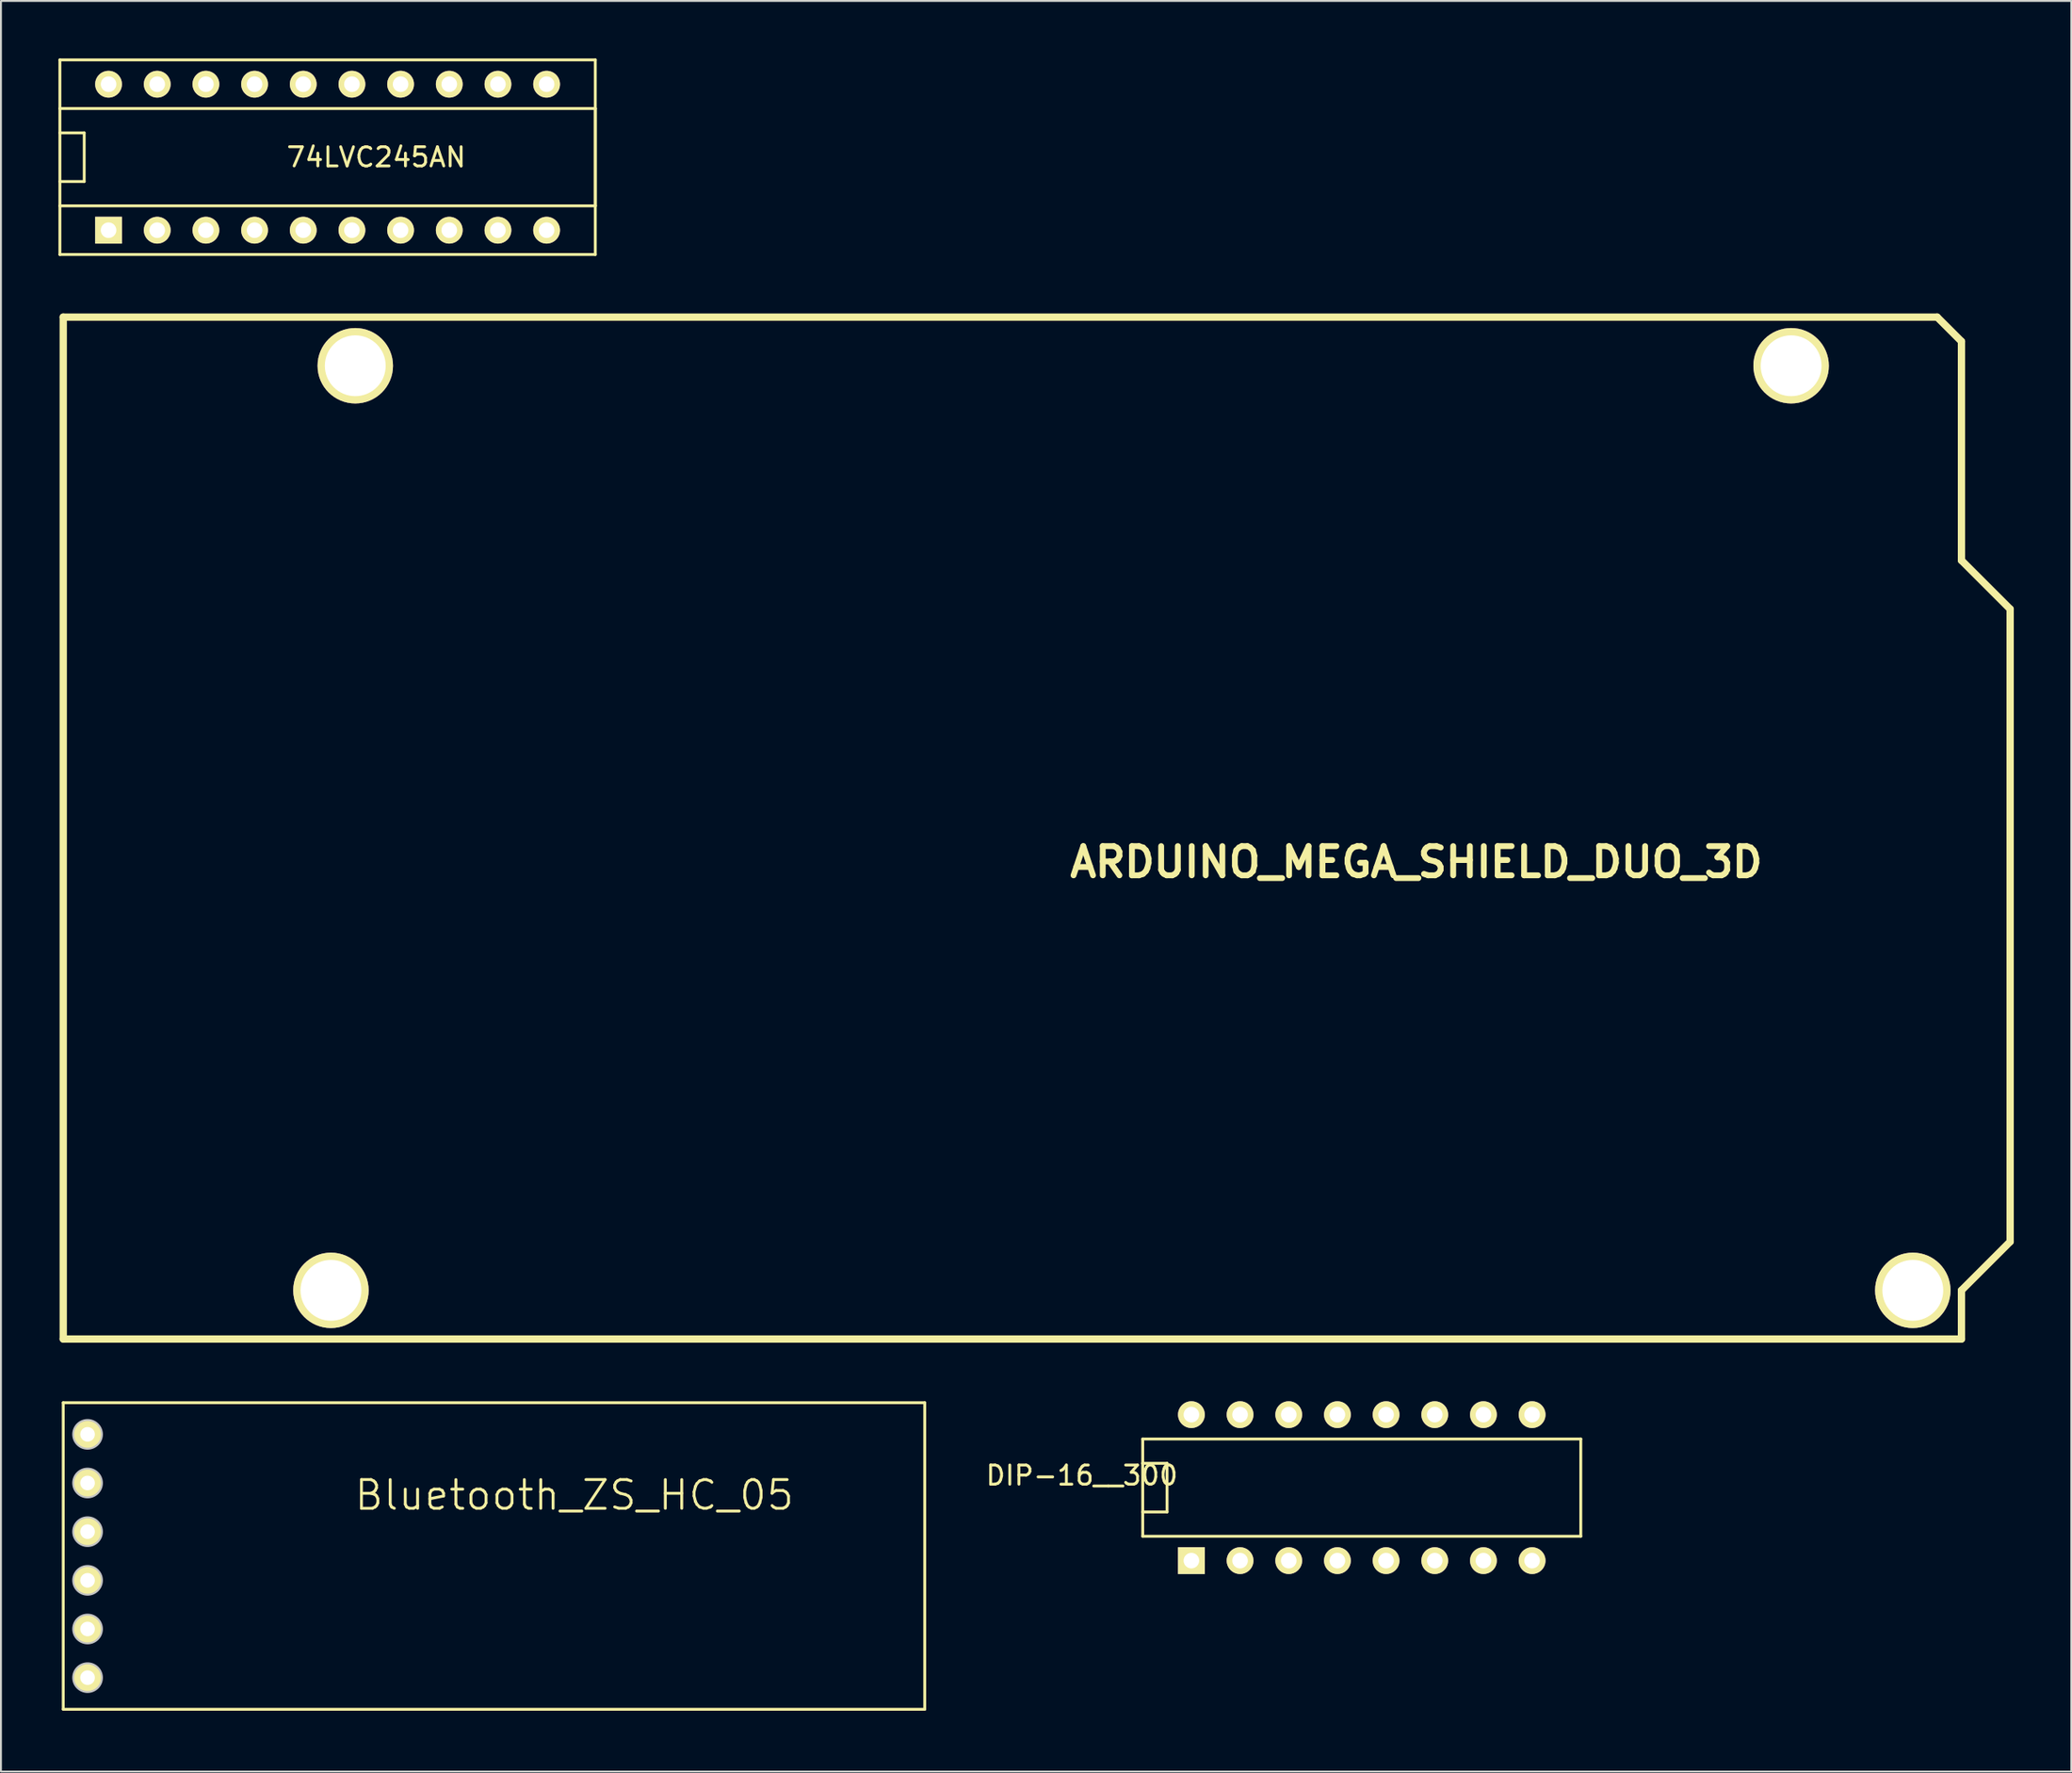
<source format=kicad_pcb>
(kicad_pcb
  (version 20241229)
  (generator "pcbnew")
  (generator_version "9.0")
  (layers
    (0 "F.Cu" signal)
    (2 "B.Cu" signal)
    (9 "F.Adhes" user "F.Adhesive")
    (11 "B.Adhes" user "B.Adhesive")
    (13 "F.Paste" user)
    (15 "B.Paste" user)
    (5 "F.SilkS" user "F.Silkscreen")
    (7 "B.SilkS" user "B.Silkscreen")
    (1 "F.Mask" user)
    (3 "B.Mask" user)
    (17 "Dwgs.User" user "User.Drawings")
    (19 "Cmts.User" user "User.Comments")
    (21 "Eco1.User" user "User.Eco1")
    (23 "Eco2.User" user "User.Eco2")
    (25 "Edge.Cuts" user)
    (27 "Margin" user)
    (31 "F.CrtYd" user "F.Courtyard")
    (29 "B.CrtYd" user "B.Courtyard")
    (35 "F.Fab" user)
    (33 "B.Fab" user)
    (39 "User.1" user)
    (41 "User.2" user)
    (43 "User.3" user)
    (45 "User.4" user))
  (footprint "Bluetooth_ZS_HC_05"
    (layer "F.Cu")
    (at 0.25 86.168)
    (property "Reference" "Bluetooth_ZS_HC_05" (at 26.67 -11.176 0) (layer "F.SilkS") (effects (font (size 1.5 1.5) (thickness 0.15))))
    (attr through_hole)
    (fp_line (start 0 -16.002) (end 44.958 -16.002) (stroke (width 0.15) (type solid)) (layer "F.SilkS"))
    (fp_line (start 0 0) (end 0 -16.002) (stroke (width 0.15) (type solid)) (layer "F.SilkS"))
    (fp_line (start 44.958 -16.002) (end 44.958 0) (stroke (width 0.15) (type solid)) (layer "F.SilkS"))
    (fp_line (start 44.958 0) (end 0 0) (stroke (width 0.15) (type solid)) (layer "F.SilkS"))
    (fp_circle (center 1.27 -14.35) (end 2.02 -14.35) (stroke (width 0.1) (type solid)) (fill no) (layer "Dwgs.User"))
    (fp_circle (center 1.27 -11.81) (end 2.02 -11.81) (stroke (width 0.1) (type solid)) (fill no) (layer "Dwgs.User"))
    (fp_circle (center 1.27 -9.27) (end 2.02 -9.27) (stroke (width 0.1) (type solid)) (fill no) (layer "Dwgs.User"))
    (fp_circle (center 1.27 -6.73) (end 2.02 -6.73) (stroke (width 0.1) (type solid)) (fill no) (layer "Dwgs.User"))
    (fp_circle (center 1.27 -4.19) (end 2.02 -4.19) (stroke (width 0.1) (type solid)) (fill no) (layer "Dwgs.User"))
    (fp_circle (center 1.27 -1.65) (end 2.02 -1.65) (stroke (width 0.1) (type solid)) (fill no) (layer "Dwgs.User"))
    (pad "1" thru_hole circle (at 1.27 -14.351) (size 1.524 1.524) (drill 0.762) (layers "*.Cu" "*.Mask" "F.SilkS"))
    (pad "2" thru_hole circle (at 1.27 -11.811) (size 1.524 1.524) (drill 0.762) (layers "*.Cu" "*.Mask" "F.SilkS"))
    (pad "3" thru_hole circle (at 1.27 -9.271) (size 1.524 1.524) (drill 0.762) (layers "*.Cu" "*.Mask" "F.SilkS"))
    (pad "4" thru_hole circle (at 1.27 -6.731) (size 1.524 1.524) (drill 0.762) (layers "*.Cu" "*.Mask" "F.SilkS"))
    (pad "5" thru_hole circle (at 1.27 -4.191) (size 1.524 1.524) (drill 0.762) (layers "*.Cu" "*.Mask" "F.SilkS"))
    (pad "6" thru_hole circle (at 1.27 -1.651) (size 1.524 1.524) (drill 0.762) (layers "*.Cu" "*.Mask" "F.SilkS")))
  (footprint "DIP-16__300"
    (layer "F.Cu")
    (at 68.013 74.599)
    (property "Reference" "DIP-16__300" (at -14.605 -0.635 0) (layer "F.SilkS") (effects (font (size 1 1) (thickness 0.15))))
    (attr through_hole)
    (fp_line (start -11.43 -2.54) (end 11.43 -2.54) (stroke (width 0.15) (type solid)) (layer "F.SilkS"))
    (fp_line (start -11.43 -1.27) (end -11.43 -1.27) (stroke (width 0.15) (type solid)) (layer "F.SilkS"))
    (fp_line (start -11.43 -1.27) (end -10.16 -1.27) (stroke (width 0.15) (type solid)) (layer "F.SilkS"))
    (fp_line (start -11.43 2.54) (end -11.43 -2.54) (stroke (width 0.15) (type solid)) (layer "F.SilkS"))
    (fp_line (start -10.16 -1.27) (end -10.16 1.27) (stroke (width 0.15) (type solid)) (layer "F.SilkS"))
    (fp_line (start -10.16 1.27) (end -11.43 1.27) (stroke (width 0.15) (type solid)) (layer "F.SilkS"))
    (fp_line (start 11.43 -2.54) (end 11.43 2.54) (stroke (width 0.15) (type solid)) (layer "F.SilkS"))
    (fp_line (start 11.43 2.54) (end -11.43 2.54) (stroke (width 0.15) (type solid)) (layer "F.SilkS"))
    (pad "1" thru_hole rect (at -8.89 3.81) (size 1.397 1.397) (drill 0.813) (layers "*.Cu" "*.Mask" "F.SilkS"))
    (pad "2" thru_hole circle (at -6.35 3.81) (size 1.397 1.397) (drill 0.813) (layers "*.Cu" "*.Mask" "F.SilkS"))
    (pad "3" thru_hole circle (at -3.81 3.81) (size 1.397 1.397) (drill 0.813) (layers "*.Cu" "*.Mask" "F.SilkS"))
    (pad "4" thru_hole circle (at -1.27 3.81) (size 1.397 1.397) (drill 0.813) (layers "*.Cu" "*.Mask" "F.SilkS"))
    (pad "5" thru_hole circle (at 1.27 3.81) (size 1.397 1.397) (drill 0.813) (layers "*.Cu" "*.Mask" "F.SilkS"))
    (pad "6" thru_hole circle (at 3.81 3.81) (size 1.397 1.397) (drill 0.813) (layers "*.Cu" "*.Mask" "F.SilkS"))
    (pad "7" thru_hole circle (at 6.35 3.81) (size 1.397 1.397) (drill 0.813) (layers "*.Cu" "*.Mask" "F.SilkS"))
    (pad "8" thru_hole circle (at 8.89 3.81) (size 1.397 1.397) (drill 0.813) (layers "*.Cu" "*.Mask" "F.SilkS"))
    (pad "9" thru_hole circle (at 8.89 -3.81) (size 1.397 1.397) (drill 0.813) (layers "*.Cu" "*.Mask" "F.SilkS"))
    (pad "10" thru_hole circle (at 6.35 -3.81) (size 1.397 1.397) (drill 0.813) (layers "*.Cu" "*.Mask" "F.SilkS"))
    (pad "11" thru_hole circle (at 3.81 -3.81) (size 1.397 1.397) (drill 0.813) (layers "*.Cu" "*.Mask" "F.SilkS"))
    (pad "12" thru_hole circle (at 1.27 -3.81) (size 1.397 1.397) (drill 0.813) (layers "*.Cu" "*.Mask" "F.SilkS"))
    (pad "13" thru_hole circle (at -1.27 -3.81) (size 1.397 1.397) (drill 0.813) (layers "*.Cu" "*.Mask" "F.SilkS"))
    (pad "14" thru_hole circle (at -3.81 -3.81) (size 1.397 1.397) (drill 0.813) (layers "*.Cu" "*.Mask" "F.SilkS"))
    (pad "15" thru_hole circle (at -6.35 -3.81) (size 1.397 1.397) (drill 0.813) (layers "*.Cu" "*.Mask" "F.SilkS"))
    (pad "16" thru_hole circle (at -8.89 -3.81) (size 1.397 1.397) (drill 0.813) (layers "*.Cu" "*.Mask" "F.SilkS")))
  (footprint "ARDUINO_MEGA_SHIELD_DUO_3D"
    (layer "F.Cu")
    (at 0.25 66.841)
    (property "Reference" "ARDUINO_MEGA_SHIELD_DUO_3D" (at 70.612 -24.892 0) (layer "F.SilkS") (effects (font (size 1.524 1.524) (thickness 0.305))))
    (attr through_hole)
    (fp_line (start 0 0) (end 0 -53.34) (stroke (width 0.381) (type solid)) (layer "F.SilkS"))
    (fp_line (start 97.79 -53.34) (end 0 -53.34) (stroke (width 0.381) (type solid)) (layer "F.SilkS"))
    (fp_line (start 99.06 -52.07) (end 97.79 -53.34) (stroke (width 0.381) (type solid)) (layer "F.SilkS"))
    (fp_line (start 99.06 -40.64) (end 99.06 -52.07) (stroke (width 0.381) (type solid)) (layer "F.SilkS"))
    (fp_line (start 99.06 -40.64) (end 101.6 -38.1) (stroke (width 0.381) (type solid)) (layer "F.SilkS"))
    (fp_line (start 99.06 -2.54) (end 99.06 0) (stroke (width 0.381) (type solid)) (layer "F.SilkS"))
    (fp_line (start 99.06 0) (end 0 0) (stroke (width 0.381) (type solid)) (layer "F.SilkS"))
    (fp_line (start 101.6 -38.1) (end 101.6 -5.08) (stroke (width 0.381) (type solid)) (layer "F.SilkS"))
    (fp_line (start 101.6 -5.08) (end 99.06 -2.54) (stroke (width 0.381) (type solid)) (layer "F.SilkS"))
    (pad "" thru_hole circle (at 13.97 -2.54 90) (size 3.937 3.937) (drill 3.175) (layers "*.Cu" "*.Mask" "F.SilkS"))
    (pad "" thru_hole circle (at 15.24 -50.8 90) (size 3.937 3.937) (drill 3.175) (layers "*.Cu" "*.Mask" "F.SilkS"))
    (pad "" thru_hole circle (at 90.17 -50.8 90) (size 3.937 3.937) (drill 3.175) (layers "*.Cu" "*.Mask" "F.SilkS"))
    (pad "" thru_hole circle (at 96.52 -2.54 90) (size 3.937 3.937) (drill 3.175) (layers "*.Cu" "*.Mask" "F.SilkS")))
  (footprint "74LVC245AN"
    (layer "F.Cu")
    (at 14.045 5.155)
    (property "Reference" "74LVC245AN" (at 2.54 0 0) (layer "F.SilkS") (effects (font (size 1 1) (thickness 0.15))))
    (attr through_hole)
    (fp_line (start -13.97 -5.08) (end 13.97 -5.08) (stroke (width 0.15) (type solid)) (layer "F.SilkS"))
    (fp_line (start -13.97 -2.54) (end -13.97 -5.08) (stroke (width 0.15) (type solid)) (layer "F.SilkS"))
    (fp_line (start -13.97 -2.54) (end 13.97 -2.54) (stroke (width 0.15) (type solid)) (layer "F.SilkS"))
    (fp_line (start -13.97 -1.27) (end -12.7 -1.27) (stroke (width 0.15) (type solid)) (layer "F.SilkS"))
    (fp_line (start -13.97 2.54) (end -13.97 -2.54) (stroke (width 0.15) (type solid)) (layer "F.SilkS"))
    (fp_line (start -13.97 5.08) (end -13.97 2.54) (stroke (width 0.15) (type solid)) (layer "F.SilkS"))
    (fp_line (start -12.7 -1.27) (end -12.7 1.27) (stroke (width 0.15) (type solid)) (layer "F.SilkS"))
    (fp_line (start -12.7 1.27) (end -13.97 1.27) (stroke (width 0.15) (type solid)) (layer "F.SilkS"))
    (fp_line (start 13.97 -5.08) (end 13.97 -2.54) (stroke (width 0.15) (type solid)) (layer "F.SilkS"))
    (fp_line (start 13.97 -2.54) (end 13.97 2.54) (stroke (width 0.15) (type solid)) (layer "F.SilkS"))
    (fp_line (start 13.97 -2.54) (end 13.97 2.54) (stroke (width 0.15) (type solid)) (layer "F.SilkS"))
    (fp_line (start 13.97 2.54) (end -13.97 2.54) (stroke (width 0.15) (type solid)) (layer "F.SilkS"))
    (fp_line (start 13.97 2.54) (end 13.97 5.08) (stroke (width 0.15) (type solid)) (layer "F.SilkS"))
    (fp_line (start 13.97 5.08) (end -13.97 5.08) (stroke (width 0.15) (type solid)) (layer "F.SilkS"))
    (pad "1" thru_hole rect (at -11.43 3.81) (size 1.397 1.397) (drill 0.813) (layers "*.Cu" "*.Mask" "F.SilkS"))
    (pad "2" thru_hole circle (at -8.89 3.81) (size 1.397 1.397) (drill 0.813) (layers "*.Cu" "*.Mask" "F.SilkS"))
    (pad "3" thru_hole circle (at -6.35 3.81) (size 1.397 1.397) (drill 0.813) (layers "*.Cu" "*.Mask" "F.SilkS"))
    (pad "4" thru_hole circle (at -3.81 3.81) (size 1.397 1.397) (drill 0.813) (layers "*.Cu" "*.Mask" "F.SilkS"))
    (pad "5" thru_hole circle (at -1.27 3.81) (size 1.397 1.397) (drill 0.813) (layers "*.Cu" "*.Mask" "F.SilkS"))
    (pad "6" thru_hole circle (at 1.27 3.81) (size 1.397 1.397) (drill 0.813) (layers "*.Cu" "*.Mask" "F.SilkS"))
    (pad "7" thru_hole circle (at 3.81 3.81) (size 1.397 1.397) (drill 0.813) (layers "*.Cu" "*.Mask" "F.SilkS"))
    (pad "8" thru_hole circle (at 6.35 3.81) (size 1.397 1.397) (drill 0.813) (layers "*.Cu" "*.Mask" "F.SilkS"))
    (pad "9" thru_hole circle (at 8.89 3.81) (size 1.397 1.397) (drill 0.813) (layers "*.Cu" "*.Mask" "F.SilkS"))
    (pad "10" thru_hole circle (at 11.43 3.81) (size 1.397 1.397) (drill 0.813) (layers "*.Cu" "*.Mask" "F.SilkS"))
    (pad "11" thru_hole circle (at 11.43 -3.81) (size 1.397 1.397) (drill 0.813) (layers "*.Cu" "*.Mask" "F.SilkS"))
    (pad "12" thru_hole circle (at 8.89 -3.81) (size 1.397 1.397) (drill 0.813) (layers "*.Cu" "*.Mask" "F.SilkS"))
    (pad "13" thru_hole circle (at 6.35 -3.81) (size 1.397 1.397) (drill 0.813) (layers "*.Cu" "*.Mask" "F.SilkS"))
    (pad "14" thru_hole circle (at 3.81 -3.81) (size 1.397 1.397) (drill 0.813) (layers "*.Cu" "*.Mask" "F.SilkS"))
    (pad "15" thru_hole circle (at 1.27 -3.81) (size 1.397 1.397) (drill 0.813) (layers "*.Cu" "*.Mask" "F.SilkS"))
    (pad "16" thru_hole circle (at -1.27 -3.81) (size 1.397 1.397) (drill 0.813) (layers "*.Cu" "*.Mask" "F.SilkS"))
    (pad "17" thru_hole circle (at -3.81 -3.81) (size 1.397 1.397) (drill 0.813) (layers "*.Cu" "*.Mask" "F.SilkS"))
    (pad "18" thru_hole circle (at -6.35 -3.81) (size 1.397 1.397) (drill 0.813) (layers "*.Cu" "*.Mask" "F.SilkS"))
    (pad "19" thru_hole circle (at -8.89 -3.81) (size 1.397 1.397) (drill 0.813) (layers "*.Cu" "*.Mask" "F.SilkS"))
    (pad "20" thru_hole circle (at -11.43 -3.81) (size 1.397 1.397) (drill 0.813) (layers "*.Cu" "*.Mask" "F.SilkS")))
  (gr_rect
    (start -3 -3)
    (end 105.04 89.418)
    (stroke (width 0.1) (type default))
    (fill no)
    (layer "Edge.Cuts")))
</source>
